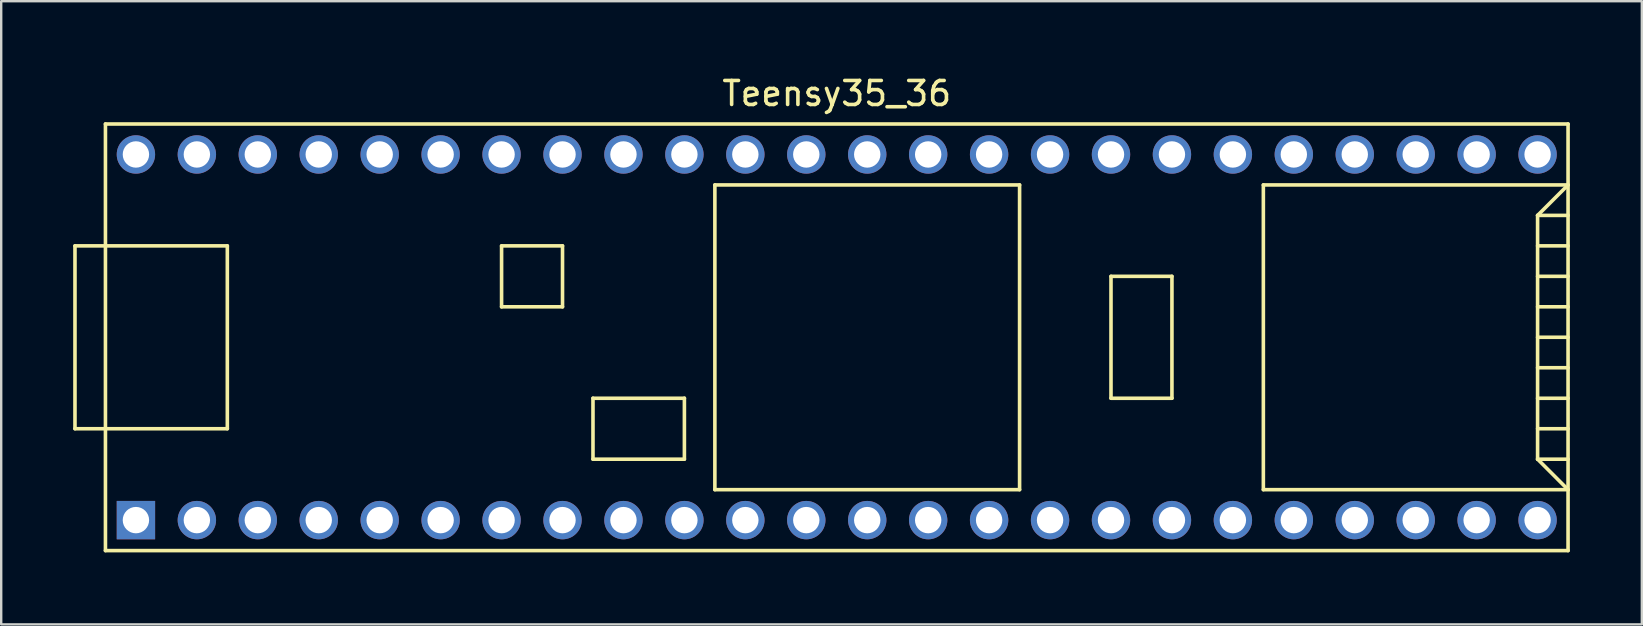
<source format=kicad_pcb>
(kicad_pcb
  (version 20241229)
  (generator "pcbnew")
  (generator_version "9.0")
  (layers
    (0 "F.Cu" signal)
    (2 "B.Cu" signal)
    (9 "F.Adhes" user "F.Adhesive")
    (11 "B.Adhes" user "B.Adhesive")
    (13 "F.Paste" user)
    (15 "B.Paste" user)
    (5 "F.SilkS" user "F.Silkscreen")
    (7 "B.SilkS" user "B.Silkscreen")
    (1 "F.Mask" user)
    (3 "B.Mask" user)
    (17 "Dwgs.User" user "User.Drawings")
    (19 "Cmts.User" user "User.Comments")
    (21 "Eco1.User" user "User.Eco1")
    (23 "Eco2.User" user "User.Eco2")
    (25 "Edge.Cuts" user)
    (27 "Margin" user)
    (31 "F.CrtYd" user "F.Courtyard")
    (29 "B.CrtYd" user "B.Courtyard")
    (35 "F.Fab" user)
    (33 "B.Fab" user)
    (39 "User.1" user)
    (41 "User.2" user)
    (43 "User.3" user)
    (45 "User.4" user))
  (footprint "Teensy35_36"
    (layer "F.Cu")
    (at 31.825 11.008)
    (property "Reference" "Teensy35_36" (at 0 -10.16 0) (layer "F.SilkS") (effects (font (size 1 1) (thickness 0.15))))
    (attr through_hole)
    (fp_line (start -31.75 -3.81) (end -30.48 -3.81) (stroke (width 0.15) (type solid)) (layer "F.SilkS"))
    (fp_line (start -31.75 3.81) (end -31.75 -3.81) (stroke (width 0.15) (type solid)) (layer "F.SilkS"))
    (fp_line (start -30.48 3.81) (end -31.75 3.81) (stroke (width 0.15) (type solid)) (layer "F.SilkS"))
    (fp_line (start -30.48 8.89) (end -30.48 -8.89) (stroke (width 0.15) (type solid)) (layer "F.SilkS"))
    (fp_line (start -30.48 8.89) (end 30.48 8.89) (stroke (width 0.15) (type solid)) (layer "F.SilkS"))
    (fp_line (start -25.4 -3.81) (end -30.48 -3.81) (stroke (width 0.15) (type solid)) (layer "F.SilkS"))
    (fp_line (start -25.4 3.81) (end -30.48 3.81) (stroke (width 0.15) (type solid)) (layer "F.SilkS"))
    (fp_line (start -25.4 3.81) (end -25.4 -3.81) (stroke (width 0.15) (type solid)) (layer "F.SilkS"))
    (fp_line (start -13.97 -3.81) (end -13.97 -1.27) (stroke (width 0.15) (type solid)) (layer "F.SilkS"))
    (fp_line (start -13.97 -1.27) (end -11.43 -1.27) (stroke (width 0.15) (type solid)) (layer "F.SilkS"))
    (fp_line (start -11.43 -3.81) (end -13.97 -3.81) (stroke (width 0.15) (type solid)) (layer "F.SilkS"))
    (fp_line (start -11.43 -1.27) (end -11.43 -3.81) (stroke (width 0.15) (type solid)) (layer "F.SilkS"))
    (fp_line (start -10.16 2.54) (end -6.35 2.54) (stroke (width 0.15) (type solid)) (layer "F.SilkS"))
    (fp_line (start -10.16 5.08) (end -10.16 2.54) (stroke (width 0.15) (type solid)) (layer "F.SilkS"))
    (fp_line (start -6.35 2.54) (end -6.35 5.08) (stroke (width 0.15) (type solid)) (layer "F.SilkS"))
    (fp_line (start -6.35 5.08) (end -10.16 5.08) (stroke (width 0.15) (type solid)) (layer "F.SilkS"))
    (fp_line (start -5.08 -6.35) (end -5.08 6.35) (stroke (width 0.15) (type solid)) (layer "F.SilkS"))
    (fp_line (start -5.08 -6.35) (end 7.62 -6.35) (stroke (width 0.15) (type solid)) (layer "F.SilkS"))
    (fp_line (start -5.08 6.35) (end 7.62 6.35) (stroke (width 0.15) (type solid)) (layer "F.SilkS"))
    (fp_line (start 7.62 6.35) (end 7.62 -6.35) (stroke (width 0.15) (type solid)) (layer "F.SilkS"))
    (fp_line (start 11.43 -2.54) (end 13.97 -2.54) (stroke (width 0.15) (type solid)) (layer "F.SilkS"))
    (fp_line (start 11.43 2.54) (end 11.43 -2.54) (stroke (width 0.15) (type solid)) (layer "F.SilkS"))
    (fp_line (start 13.97 -2.54) (end 13.97 2.54) (stroke (width 0.15) (type solid)) (layer "F.SilkS"))
    (fp_line (start 13.97 2.54) (end 11.43 2.54) (stroke (width 0.15) (type solid)) (layer "F.SilkS"))
    (fp_line (start 17.78 -6.35) (end 17.78 6.35) (stroke (width 0.15) (type solid)) (layer "F.SilkS"))
    (fp_line (start 17.78 6.35) (end 30.48 6.35) (stroke (width 0.15) (type solid)) (layer "F.SilkS"))
    (fp_line (start 29.21 -5.08) (end 30.48 -6.35) (stroke (width 0.15) (type solid)) (layer "F.SilkS"))
    (fp_line (start 29.21 -5.08) (end 30.48 -5.08) (stroke (width 0.15) (type solid)) (layer "F.SilkS"))
    (fp_line (start 29.21 -3.81) (end 30.48 -3.81) (stroke (width 0.15) (type solid)) (layer "F.SilkS"))
    (fp_line (start 29.21 -2.54) (end 30.48 -2.54) (stroke (width 0.15) (type solid)) (layer "F.SilkS"))
    (fp_line (start 29.21 -1.27) (end 30.48 -1.27) (stroke (width 0.15) (type solid)) (layer "F.SilkS"))
    (fp_line (start 29.21 0) (end 30.48 0) (stroke (width 0.15) (type solid)) (layer "F.SilkS"))
    (fp_line (start 29.21 1.27) (end 30.48 1.27) (stroke (width 0.15) (type solid)) (layer "F.SilkS"))
    (fp_line (start 29.21 2.54) (end 30.48 2.54) (stroke (width 0.15) (type solid)) (layer "F.SilkS"))
    (fp_line (start 29.21 3.81) (end 30.48 3.81) (stroke (width 0.15) (type solid)) (layer "F.SilkS"))
    (fp_line (start 29.21 5.08) (end 29.21 -5.08) (stroke (width 0.15) (type solid)) (layer "F.SilkS"))
    (fp_line (start 29.21 5.08) (end 30.48 5.08) (stroke (width 0.15) (type solid)) (layer "F.SilkS"))
    (fp_line (start 30.48 -8.89) (end -30.48 -8.89) (stroke (width 0.15) (type solid)) (layer "F.SilkS"))
    (fp_line (start 30.48 -8.89) (end 30.48 8.89) (stroke (width 0.15) (type solid)) (layer "F.SilkS"))
    (fp_line (start 30.48 -6.35) (end 17.78 -6.35) (stroke (width 0.15) (type solid)) (layer "F.SilkS"))
    (fp_line (start 30.48 6.35) (end 29.21 5.08) (stroke (width 0.15) (type solid)) (layer "F.SilkS"))
    (pad "1" thru_hole rect (at -29.21 7.62) (size 1.6 1.6) (drill 1.1) (layers "*.Cu" "*.Mask"))
    (pad "2" thru_hole circle (at -26.67 7.62) (size 1.6 1.6) (drill 1.1) (layers "*.Cu" "*.Mask"))
    (pad "3" thru_hole circle (at -24.13 7.62) (size 1.6 1.6) (drill 1.1) (layers "*.Cu" "*.Mask"))
    (pad "4" thru_hole circle (at -21.59 7.62) (size 1.6 1.6) (drill 1.1) (layers "*.Cu" "*.Mask"))
    (pad "5" thru_hole circle (at -19.05 7.62) (size 1.6 1.6) (drill 1.1) (layers "*.Cu" "*.Mask"))
    (pad "6" thru_hole circle (at -16.51 7.62) (size 1.6 1.6) (drill 1.1) (layers "*.Cu" "*.Mask"))
    (pad "7" thru_hole circle (at -13.97 7.62) (size 1.6 1.6) (drill 1.1) (layers "*.Cu" "*.Mask"))
    (pad "8" thru_hole circle (at -11.43 7.62) (size 1.6 1.6) (drill 1.1) (layers "*.Cu" "*.Mask"))
    (pad "9" thru_hole circle (at -8.89 7.62) (size 1.6 1.6) (drill 1.1) (layers "*.Cu" "*.Mask"))
    (pad "10" thru_hole circle (at -6.35 7.62) (size 1.6 1.6) (drill 1.1) (layers "*.Cu" "*.Mask"))
    (pad "11" thru_hole circle (at -3.81 7.62) (size 1.6 1.6) (drill 1.1) (layers "*.Cu" "*.Mask"))
    (pad "12" thru_hole circle (at -1.27 7.62) (size 1.6 1.6) (drill 1.1) (layers "*.Cu" "*.Mask"))
    (pad "13" thru_hole circle (at 1.27 7.62) (size 1.6 1.6) (drill 1.1) (layers "*.Cu" "*.Mask"))
    (pad "14" thru_hole circle (at 3.81 7.62) (size 1.6 1.6) (drill 1.1) (layers "*.Cu" "*.Mask"))
    (pad "15" thru_hole circle (at 6.35 7.62) (size 1.6 1.6) (drill 1.1) (layers "*.Cu" "*.Mask"))
    (pad "16" thru_hole circle (at 8.89 7.62) (size 1.6 1.6) (drill 1.1) (layers "*.Cu" "*.Mask"))
    (pad "17" thru_hole circle (at 11.43 7.62) (size 1.6 1.6) (drill 1.1) (layers "*.Cu" "*.Mask"))
    (pad "18" thru_hole circle (at 13.97 7.62) (size 1.6 1.6) (drill 1.1) (layers "*.Cu" "*.Mask"))
    (pad "19" thru_hole circle (at 16.51 7.62) (size 1.6 1.6) (drill 1.1) (layers "*.Cu" "*.Mask"))
    (pad "20" thru_hole circle (at 19.05 7.62) (size 1.6 1.6) (drill 1.1) (layers "*.Cu" "*.Mask"))
    (pad "21" thru_hole circle (at 21.59 7.62) (size 1.6 1.6) (drill 1.1) (layers "*.Cu" "*.Mask"))
    (pad "22" thru_hole circle (at 24.13 7.62) (size 1.6 1.6) (drill 1.1) (layers "*.Cu" "*.Mask"))
    (pad "23" thru_hole circle (at 26.67 7.62) (size 1.6 1.6) (drill 1.1) (layers "*.Cu" "*.Mask"))
    (pad "24" thru_hole circle (at 29.21 7.62) (size 1.6 1.6) (drill 1.1) (layers "*.Cu" "*.Mask"))
    (pad "30" thru_hole circle (at 29.21 -7.62) (size 1.6 1.6) (drill 1.1) (layers "*.Cu" "*.Mask"))
    (pad "31" thru_hole circle (at 26.67 -7.62) (size 1.6 1.6) (drill 1.1) (layers "*.Cu" "*.Mask"))
    (pad "32" thru_hole circle (at 24.13 -7.62) (size 1.6 1.6) (drill 1.1) (layers "*.Cu" "*.Mask"))
    (pad "33" thru_hole circle (at 21.59 -7.62) (size 1.6 1.6) (drill 1.1) (layers "*.Cu" "*.Mask"))
    (pad "34" thru_hole circle (at 19.05 -7.62) (size 1.6 1.6) (drill 1.1) (layers "*.Cu" "*.Mask"))
    (pad "35" thru_hole circle (at 16.51 -7.62) (size 1.6 1.6) (drill 1.1) (layers "*.Cu" "*.Mask"))
    (pad "36" thru_hole circle (at 13.97 -7.62) (size 1.6 1.6) (drill 1.1) (layers "*.Cu" "*.Mask"))
    (pad "37" thru_hole circle (at 11.43 -7.62) (size 1.6 1.6) (drill 1.1) (layers "*.Cu" "*.Mask"))
    (pad "38" thru_hole circle (at 8.89 -7.62) (size 1.6 1.6) (drill 1.1) (layers "*.Cu" "*.Mask"))
    (pad "39" thru_hole circle (at 6.35 -7.62) (size 1.6 1.6) (drill 1.1) (layers "*.Cu" "*.Mask"))
    (pad "40" thru_hole circle (at 3.81 -7.62) (size 1.6 1.6) (drill 1.1) (layers "*.Cu" "*.Mask"))
    (pad "41" thru_hole circle (at 1.27 -7.62) (size 1.6 1.6) (drill 1.1) (layers "*.Cu" "*.Mask"))
    (pad "42" thru_hole circle (at -1.27 -7.62) (size 1.6 1.6) (drill 1.1) (layers "*.Cu" "*.Mask"))
    (pad "43" thru_hole circle (at -3.81 -7.62) (size 1.6 1.6) (drill 1.1) (layers "*.Cu" "*.Mask"))
    (pad "44" thru_hole circle (at -6.35 -7.62) (size 1.6 1.6) (drill 1.1) (layers "*.Cu" "*.Mask"))
    (pad "45" thru_hole circle (at -8.89 -7.62) (size 1.6 1.6) (drill 1.1) (layers "*.Cu" "*.Mask"))
    (pad "46" thru_hole circle (at -11.43 -7.62) (size 1.6 1.6) (drill 1.1) (layers "*.Cu" "*.Mask"))
    (pad "47" thru_hole circle (at -13.97 -7.62) (size 1.6 1.6) (drill 1.1) (layers "*.Cu" "*.Mask"))
    (pad "48" thru_hole circle (at -16.51 -7.62) (size 1.6 1.6) (drill 1.1) (layers "*.Cu" "*.Mask"))
    (pad "49" thru_hole circle (at -19.05 -7.62) (size 1.6 1.6) (drill 1.1) (layers "*.Cu" "*.Mask"))
    (pad "50" thru_hole circle (at -21.59 -7.62) (size 1.6 1.6) (drill 1.1) (layers "*.Cu" "*.Mask"))
    (pad "51" thru_hole circle (at -24.13 -7.62) (size 1.6 1.6) (drill 1.1) (layers "*.Cu" "*.Mask"))
    (pad "52" thru_hole circle (at -26.67 -7.62) (size 1.6 1.6) (drill 1.1) (layers "*.Cu" "*.Mask"))
    (pad "53" thru_hole circle (at -29.21 -7.62) (size 1.6 1.6) (drill 1.1) (layers "*.Cu" "*.Mask")))
  (gr_rect
    (start -3 -3)
    (end 65.38 22.973)
    (stroke (width 0.1) (type default))
    (fill no)
    (layer "Edge.Cuts")))
</source>
